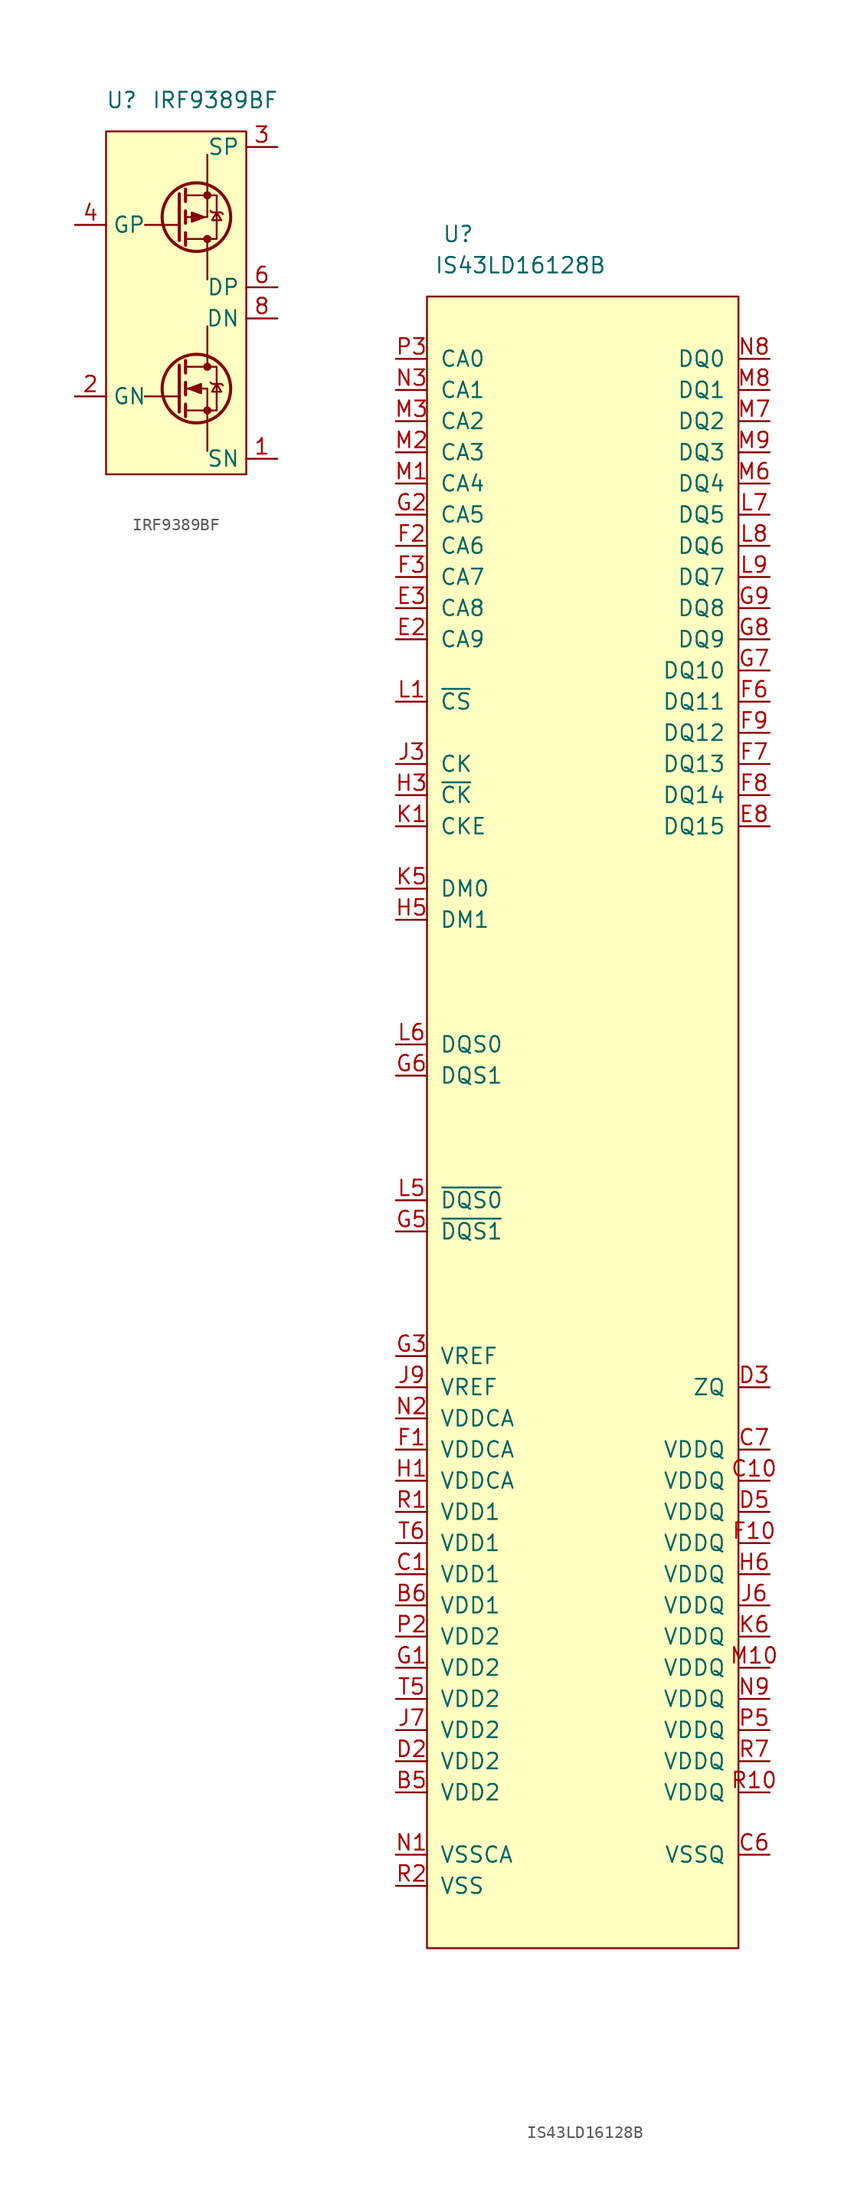
<source format=kicad_sym>
(kicad_symbol_lib
  (version 20220914)
  (generator kicad_symbol_editor)
  (symbol "IRF9389BF"
    (property "Reference" "U"
      (at 1.27 1.27 0)
      (effects (font (size 1.27 1.27))))
    (property "Value" "IRF9389BF"
      (at 8.89 1.27 0)
      (effects (font (size 1.27 1.27))))
    (symbol "IRF9389BF_0_1"
      (rectangle (start 0 -1.27) (end 11.43 -29.21) (stroke (width 0) (type default)) (fill (type background)))
      (polyline (pts (xy 3.15 -22.86) (xy 5.817 -22.86)) (stroke (width 0) (type default)) (fill (type none)))
      (polyline (pts (xy 3.175 -8.89) (xy 5.842 -8.89)) (stroke (width 0) (type default)) (fill (type none)))
      (polyline (pts (xy 5.969 -20.32) (xy 5.969 -24.13)) (stroke (width 0.254) (type default)) (fill (type none)))
      (polyline (pts (xy 5.969 -10.16) (xy 5.969 -6.35)) (stroke (width 0.254) (type default)) (fill (type none)))
      (polyline (pts (xy 6.477 -23.495) (xy 6.477 -24.511)) (stroke (width 0.254) (type default)) (fill (type none)))
      (polyline (pts (xy 6.477 -21.717) (xy 6.477 -22.733)) (stroke (width 0.254) (type default)) (fill (type none)))
      (polyline (pts (xy 6.477 -19.939) (xy 6.477 -20.955)) (stroke (width 0.254) (type default)) (fill (type none)))
      (polyline (pts (xy 6.477 -10.541) (xy 6.477 -9.525)) (stroke (width 0.254) (type default)) (fill (type none)))
      (polyline (pts (xy 6.477 -8.763) (xy 6.477 -7.747)) (stroke (width 0.254) (type default)) (fill (type none)))
      (polyline (pts (xy 6.477 -6.985) (xy 6.477 -5.969)) (stroke (width 0.254) (type default)) (fill (type none)))
      (polyline (pts (xy 8.255 -24.765) (xy 8.255 -27.305)) (stroke (width 0) (type default)) (fill (type none)))
      (polyline (pts (xy 8.255 -19.685) (xy 8.255 -20.447)) (stroke (width 0) (type default)) (fill (type none)))
      (polyline (pts (xy 8.255 -19.685) (xy 8.255 -17.145)) (stroke (width 0) (type default)) (fill (type none)))
      (polyline (pts (xy 8.255 -10.795) (xy 8.255 -13.335)) (stroke (width 0) (type default)) (fill (type none)))
      (polyline (pts (xy 8.255 -10.795) (xy 8.255 -10.033)) (stroke (width 0) (type default)) (fill (type none)))
      (polyline (pts (xy 8.255 -5.715) (xy 8.255 -3.175)) (stroke (width 0) (type default)) (fill (type none)))
      (polyline (pts (xy 8.255 -24.765) (xy 8.255 -22.225) (xy 6.477 -22.225)) (stroke (width 0) (type default)) (fill (type none)))
      (polyline (pts (xy 8.255 -5.715) (xy 8.255 -8.255) (xy 6.477 -8.255)) (stroke (width 0) (type default)) (fill (type none)))
      (polyline (pts (xy 6.477 -24.003) (xy 9.017 -24.003) (xy 9.017 -20.447) (xy 6.477 -20.447)) (stroke (width 0) (type default)) (fill (type none)))
      (polyline (pts (xy 6.477 -10.033) (xy 9.017 -10.033) (xy 9.017 -6.477) (xy 6.477 -6.477)) (stroke (width 0) (type default)) (fill (type none)))
      (polyline (pts (xy 6.731 -22.225) (xy 7.747 -21.844) (xy 7.747 -22.606) (xy 6.731 -22.225)) (stroke (width 0) (type default)) (fill (type outline)))
      (polyline (pts (xy 8.001 -8.255) (xy 6.985 -8.636) (xy 6.985 -7.874) (xy 8.001 -8.255)) (stroke (width 0) (type default)) (fill (type outline)))
      (polyline (pts (xy 8.509 -21.717) (xy 8.636 -21.844) (xy 9.398 -21.844) (xy 9.525 -21.971)) (stroke (width 0) (type default)) (fill (type none)))
      (polyline (pts (xy 8.509 -7.747) (xy 8.636 -7.874) (xy 9.398 -7.874) (xy 9.525 -8.001)) (stroke (width 0) (type default)) (fill (type none)))
      (polyline (pts (xy 9.017 -21.844) (xy 8.636 -22.479) (xy 9.398 -22.479) (xy 9.017 -21.844)) (stroke (width 0) (type default)) (fill (type none)))
      (polyline (pts (xy 9.017 -7.874) (xy 8.636 -8.509) (xy 9.398 -8.509) (xy 9.017 -7.874)) (stroke (width 0) (type default)) (fill (type none)))
      (circle (center 7.366 -22.225) (radius 2.794) (stroke (width 0.254) (type default)) (fill (type none)))
      (circle (center 7.366 -8.255) (radius 2.794) (stroke (width 0.254) (type default)) (fill (type none)))
      (circle (center 8.255 -24.003) (radius 0.254) (stroke (width 0) (type default)) (fill (type outline)))
      (circle (center 8.255 -20.447) (radius 0.254) (stroke (width 0) (type default)) (fill (type outline)))
      (circle (center 8.255 -10.033) (radius 0.254) (stroke (width 0) (type default)) (fill (type outline)))
      (circle (center 8.255 -6.477) (radius 0.254) (stroke (width 0) (type default)) (fill (type outline))))
    (symbol "IRF9389BF_1_1"
      (pin bidirectional line (at 13.97 -27.94 180) (length 2.54) (name "SN" (effects (font (size 1.27 1.27)))) (number "1" (effects (font (size 1.27 1.27)))))
      (pin input line (at -2.54 -22.86 0) (length 2.54) (name "GN" (effects (font (size 1.27 1.27)))) (number "2" (effects (font (size 1.27 1.27)))))
      (pin bidirectional line (at 13.97 -2.54 180) (length 2.54) (name "SP" (effects (font (size 1.27 1.27)))) (number "3" (effects (font (size 1.27 1.27)))))
      (pin input line (at -2.54 -8.89 0) (length 2.54) (name "GP" (effects (font (size 1.27 1.27)))) (number "4" (effects (font (size 1.27 1.27)))))
      (pin bidirectional line (at 13.97 -13.97 180) (length 2.54) hide (name "DP" (effects (font (size 1.27 1.27)))) (number "5" (effects (font (size 1.27 1.27)))))
      (pin bidirectional line (at 13.97 -13.97 180) (length 2.54) (name "DP" (effects (font (size 1.27 1.27)))) (number "6" (effects (font (size 1.27 1.27)))))
      (pin bidirectional line (at 13.97 -16.51 180) (length 2.54) hide (name "DN" (effects (font (size 1.27 1.27)))) (number "7" (effects (font (size 1.27 1.27)))))
      (pin bidirectional line (at 13.97 -16.51 180) (length 2.54) (name "DN" (effects (font (size 1.27 1.27)))) (number "8" (effects (font (size 1.27 1.27)))))))
  (symbol "IS43LD16128B"
    (pin_names
      (offset 1.016))
    (property "Reference" "U"
      (at -10.16 25.4 0)
      (effects (font (size 1.27 1.27))))
    (property "Value" "IS43LD16128B"
      (at -5.08 22.86 0)
      (effects (font (size 1.27 1.27))))
    (symbol "IS43LD16128B_0_1"
      (rectangle (start -12.7 20.32) (end 12.7 -114.3) (stroke (width 0) (type default)) (fill (type background))))
    (symbol "IS43LD16128B_1_1"
      (pin power_in line (at -15.24 -101.6 0) (length 2.54) (name "VDD2" (effects (font (size 1.27 1.27)))) (number "B5" (effects (font (size 1.27 1.27)))))
      (pin power_in line (at -15.24 -86.36 0) (length 2.54) (name "VDD1" (effects (font (size 1.27 1.27)))) (number "B6" (effects (font (size 1.27 1.27)))))
      (pin power_in line (at -15.24 -83.82 0) (length 2.54) (name "VDD1" (effects (font (size 1.27 1.27)))) (number "C1" (effects (font (size 1.27 1.27)))))
      (pin power_in line (at 15.24 -76.2 180) (length 2.54) (name "VDDQ" (effects (font (size 1.27 1.27)))) (number "C10" (effects (font (size 1.27 1.27)))))
      (pin power_in line (at -15.24 -109.22 0) (length 2.54) hide (name "VSS" (effects (font (size 1.27 1.27)))) (number "C2" (effects (font (size 1.27 1.27)))))
      (pin power_in line (at -15.24 -109.22 0) (length 2.54) hide (name "VSS" (effects (font (size 1.27 1.27)))) (number "C5" (effects (font (size 1.27 1.27)))))
      (pin power_in line (at 15.24 -106.68 180) (length 2.54) (name "VSSQ" (effects (font (size 1.27 1.27)))) (number "C6" (effects (font (size 1.27 1.27)))))
      (pin power_in line (at 15.24 -73.66 180) (length 2.54) (name "VDDQ" (effects (font (size 1.27 1.27)))) (number "C7" (effects (font (size 1.27 1.27)))))
      (pin power_in line (at 15.24 -106.68 180) (length 2.54) hide (name "VSSQ" (effects (font (size 1.27 1.27)))) (number "C9" (effects (font (size 1.27 1.27)))))
      (pin power_in line (at -15.24 -109.22 0) (length 2.54) hide (name "VSS" (effects (font (size 1.27 1.27)))) (number "D1" (effects (font (size 1.27 1.27)))))
      (pin power_in line (at 15.24 -106.68 180) (length 2.54) hide (name "VSSQ" (effects (font (size 1.27 1.27)))) (number "D10" (effects (font (size 1.27 1.27)))))
      (pin power_in line (at -15.24 -99.06 0) (length 2.54) (name "VDD2" (effects (font (size 1.27 1.27)))) (number "D2" (effects (font (size 1.27 1.27)))))
      (pin power_in line (at 15.24 -68.58 180) (length 2.54) (name "ZQ" (effects (font (size 1.27 1.27)))) (number "D3" (effects (font (size 1.27 1.27)))))
      (pin power_in line (at 15.24 -78.74 180) (length 2.54) (name "VDDQ" (effects (font (size 1.27 1.27)))) (number "D5" (effects (font (size 1.27 1.27)))))
      (pin power_in line (at -15.24 -106.68 0) (length 2.54) hide (name "VSSCA" (effects (font (size 1.27 1.27)))) (number "E1" (effects (font (size 1.27 1.27)))))
      (pin input line (at -15.24 -7.62 0) (length 2.54) (name "CA9" (effects (font (size 1.27 1.27)))) (number "E2" (effects (font (size 1.27 1.27)))))
      (pin input line (at -15.24 -5.08 0) (length 2.54) (name "CA8" (effects (font (size 1.27 1.27)))) (number "E3" (effects (font (size 1.27 1.27)))))
      (pin bidirectional line (at 15.24 -22.86 180) (length 2.54) (name "DQ15" (effects (font (size 1.27 1.27)))) (number "E8" (effects (font (size 1.27 1.27)))))
      (pin power_in line (at -15.24 -73.66 0) (length 2.54) (name "VDDCA" (effects (font (size 1.27 1.27)))) (number "F1" (effects (font (size 1.27 1.27)))))
      (pin power_in line (at 15.24 -81.28 180) (length 2.54) (name "VDDQ" (effects (font (size 1.27 1.27)))) (number "F10" (effects (font (size 1.27 1.27)))))
      (pin input line (at -15.24 0 0) (length 2.54) (name "CA6" (effects (font (size 1.27 1.27)))) (number "F2" (effects (font (size 1.27 1.27)))))
      (pin input line (at -15.24 -2.54 0) (length 2.54) (name "CA7" (effects (font (size 1.27 1.27)))) (number "F3" (effects (font (size 1.27 1.27)))))
      (pin power_in line (at 15.24 -106.68 180) (length 2.54) hide (name "VSSQ" (effects (font (size 1.27 1.27)))) (number "F5" (effects (font (size 1.27 1.27)))))
      (pin bidirectional line (at 15.24 -12.7 180) (length 2.54) (name "DQ11" (effects (font (size 1.27 1.27)))) (number "F6" (effects (font (size 1.27 1.27)))))
      (pin bidirectional line (at 15.24 -17.78 180) (length 2.54) (name "DQ13" (effects (font (size 1.27 1.27)))) (number "F7" (effects (font (size 1.27 1.27)))))
      (pin bidirectional line (at 15.24 -20.32 180) (length 2.54) (name "DQ14" (effects (font (size 1.27 1.27)))) (number "F8" (effects (font (size 1.27 1.27)))))
      (pin bidirectional line (at 15.24 -15.24 180) (length 2.54) (name "DQ12" (effects (font (size 1.27 1.27)))) (number "F9" (effects (font (size 1.27 1.27)))))
      (pin power_in line (at -15.24 -91.44 0) (length 2.54) (name "VDD2" (effects (font (size 1.27 1.27)))) (number "G1" (effects (font (size 1.27 1.27)))))
      (pin power_in line (at 15.24 -106.68 180) (length 2.54) hide (name "VSSQ" (effects (font (size 1.27 1.27)))) (number "G10" (effects (font (size 1.27 1.27)))))
      (pin input line (at -15.24 2.54 0) (length 2.54) (name "CA5" (effects (font (size 1.27 1.27)))) (number "G2" (effects (font (size 1.27 1.27)))))
      (pin power_in line (at -15.24 -66.04 0) (length 2.54) (name "VREF" (effects (font (size 1.27 1.27)))) (number "G3" (effects (font (size 1.27 1.27)))))
      (pin input line (at -15.24 -55.88 0) (length 2.54) (name "~{DQS1}" (effects (font (size 1.27 1.27)))) (number "G5" (effects (font (size 1.27 1.27)))))
      (pin input line (at -15.24 -43.18 0) (length 2.54) (name "DQS1" (effects (font (size 1.27 1.27)))) (number "G6" (effects (font (size 1.27 1.27)))))
      (pin bidirectional line (at 15.24 -10.16 180) (length 2.54) (name "DQ10" (effects (font (size 1.27 1.27)))) (number "G7" (effects (font (size 1.27 1.27)))))
      (pin bidirectional line (at 15.24 -7.62 180) (length 2.54) (name "DQ9" (effects (font (size 1.27 1.27)))) (number "G8" (effects (font (size 1.27 1.27)))))
      (pin bidirectional line (at 15.24 -5.08 180) (length 2.54) (name "DQ8" (effects (font (size 1.27 1.27)))) (number "G9" (effects (font (size 1.27 1.27)))))
      (pin power_in line (at -15.24 -76.2 0) (length 2.54) (name "VDDCA" (effects (font (size 1.27 1.27)))) (number "H1" (effects (font (size 1.27 1.27)))))
      (pin power_in line (at -15.24 -109.22 0) (length 2.54) hide (name "VSS" (effects (font (size 1.27 1.27)))) (number "H2" (effects (font (size 1.27 1.27)))))
      (pin input line (at -15.24 -20.32 0) (length 2.54) (name "~{CK}" (effects (font (size 1.27 1.27)))) (number "H3" (effects (font (size 1.27 1.27)))))
      (pin input line (at -15.24 -30.48 0) (length 2.54) (name "DM1" (effects (font (size 1.27 1.27)))) (number "H5" (effects (font (size 1.27 1.27)))))
      (pin power_in line (at 15.24 -83.82 180) (length 2.54) (name "VDDQ" (effects (font (size 1.27 1.27)))) (number "H6" (effects (font (size 1.27 1.27)))))
      (pin power_in line (at -15.24 -106.68 0) (length 2.54) hide (name "VSSCA" (effects (font (size 1.27 1.27)))) (number "J1" (effects (font (size 1.27 1.27)))))
      (pin input line (at -15.24 -17.78 0) (length 2.54) (name "CK" (effects (font (size 1.27 1.27)))) (number "J3" (effects (font (size 1.27 1.27)))))
      (pin power_in line (at 15.24 -106.68 180) (length 2.54) hide (name "VSSQ" (effects (font (size 1.27 1.27)))) (number "J5" (effects (font (size 1.27 1.27)))))
      (pin power_in line (at 15.24 -86.36 180) (length 2.54) (name "VDDQ" (effects (font (size 1.27 1.27)))) (number "J6" (effects (font (size 1.27 1.27)))))
      (pin power_in line (at -15.24 -96.52 0) (length 2.54) (name "VDD2" (effects (font (size 1.27 1.27)))) (number "J7" (effects (font (size 1.27 1.27)))))
      (pin power_in line (at -15.24 -109.22 0) (length 2.54) hide (name "VSS" (effects (font (size 1.27 1.27)))) (number "J8" (effects (font (size 1.27 1.27)))))
      (pin power_in line (at -15.24 -68.58 0) (length 2.54) (name "VREF" (effects (font (size 1.27 1.27)))) (number "J9" (effects (font (size 1.27 1.27)))))
      (pin input line (at -15.24 -22.86 0) (length 2.54) (name "CKE" (effects (font (size 1.27 1.27)))) (number "K1" (effects (font (size 1.27 1.27)))))
      (pin input line (at -15.24 -27.94 0) (length 2.54) (name "DM0" (effects (font (size 1.27 1.27)))) (number "K5" (effects (font (size 1.27 1.27)))))
      (pin power_in line (at 15.24 -88.9 180) (length 2.54) (name "VDDQ" (effects (font (size 1.27 1.27)))) (number "K6" (effects (font (size 1.27 1.27)))))
      (pin input line (at -15.24 -12.7 0) (length 2.54) (name "~{CS}" (effects (font (size 1.27 1.27)))) (number "L1" (effects (font (size 1.27 1.27)))))
      (pin power_in line (at 15.24 -106.68 180) (length 2.54) hide (name "VSSQ" (effects (font (size 1.27 1.27)))) (number "L10" (effects (font (size 1.27 1.27)))))
      (pin input line (at -15.24 -53.34 0) (length 2.54) (name "~{DQS0}" (effects (font (size 1.27 1.27)))) (number "L5" (effects (font (size 1.27 1.27)))))
      (pin input line (at -15.24 -40.64 0) (length 2.54) (name "DQS0" (effects (font (size 1.27 1.27)))) (number "L6" (effects (font (size 1.27 1.27)))))
      (pin bidirectional line (at 15.24 2.54 180) (length 2.54) (name "DQ5" (effects (font (size 1.27 1.27)))) (number "L7" (effects (font (size 1.27 1.27)))))
      (pin bidirectional line (at 15.24 0 180) (length 2.54) (name "DQ6" (effects (font (size 1.27 1.27)))) (number "L8" (effects (font (size 1.27 1.27)))))
      (pin bidirectional line (at 15.24 -2.54 180) (length 2.54) (name "DQ7" (effects (font (size 1.27 1.27)))) (number "L9" (effects (font (size 1.27 1.27)))))
      (pin input line (at -15.24 5.08 0) (length 2.54) (name "CA4" (effects (font (size 1.27 1.27)))) (number "M1" (effects (font (size 1.27 1.27)))))
      (pin power_in line (at 15.24 -91.44 180) (length 2.54) (name "VDDQ" (effects (font (size 1.27 1.27)))) (number "M10" (effects (font (size 1.27 1.27)))))
      (pin input line (at -15.24 7.62 0) (length 2.54) (name "CA3" (effects (font (size 1.27 1.27)))) (number "M2" (effects (font (size 1.27 1.27)))))
      (pin input line (at -15.24 10.16 0) (length 2.54) (name "CA2" (effects (font (size 1.27 1.27)))) (number "M3" (effects (font (size 1.27 1.27)))))
      (pin power_in line (at 15.24 -106.68 180) (length 2.54) hide (name "VSSQ" (effects (font (size 1.27 1.27)))) (number "M5" (effects (font (size 1.27 1.27)))))
      (pin bidirectional line (at 15.24 5.08 180) (length 2.54) (name "DQ4" (effects (font (size 1.27 1.27)))) (number "M6" (effects (font (size 1.27 1.27)))))
      (pin bidirectional line (at 15.24 10.16 180) (length 2.54) (name "DQ2" (effects (font (size 1.27 1.27)))) (number "M7" (effects (font (size 1.27 1.27)))))
      (pin bidirectional line (at 15.24 12.7 180) (length 2.54) (name "DQ1" (effects (font (size 1.27 1.27)))) (number "M8" (effects (font (size 1.27 1.27)))))
      (pin bidirectional line (at 15.24 7.62 180) (length 2.54) (name "DQ3" (effects (font (size 1.27 1.27)))) (number "M9" (effects (font (size 1.27 1.27)))))
      (pin power_in line (at -15.24 -106.68 0) (length 2.54) (name "VSSCA" (effects (font (size 1.27 1.27)))) (number "N1" (effects (font (size 1.27 1.27)))))
      (pin power_in line (at 15.24 -106.68 180) (length 2.54) hide (name "VSSQ" (effects (font (size 1.27 1.27)))) (number "N10" (effects (font (size 1.27 1.27)))))
      (pin power_in line (at -15.24 -71.12 0) (length 2.54) (name "VDDCA" (effects (font (size 1.27 1.27)))) (number "N2" (effects (font (size 1.27 1.27)))))
      (pin input line (at -15.24 12.7 0) (length 2.54) (name "CA1" (effects (font (size 1.27 1.27)))) (number "N3" (effects (font (size 1.27 1.27)))))
      (pin bidirectional line (at 15.24 15.24 180) (length 2.54) (name "DQ0" (effects (font (size 1.27 1.27)))) (number "N8" (effects (font (size 1.27 1.27)))))
      (pin power_in line (at 15.24 -93.98 180) (length 2.54) (name "VDDQ" (effects (font (size 1.27 1.27)))) (number "N9" (effects (font (size 1.27 1.27)))))
      (pin power_in line (at -15.24 -109.22 0) (length 2.54) hide (name "VSS" (effects (font (size 1.27 1.27)))) (number "P1" (effects (font (size 1.27 1.27)))))
      (pin power_in line (at 15.24 -106.68 180) (length 2.54) hide (name "VSSQ" (effects (font (size 1.27 1.27)))) (number "P10" (effects (font (size 1.27 1.27)))))
      (pin power_in line (at -15.24 -88.9 0) (length 2.54) (name "VDD2" (effects (font (size 1.27 1.27)))) (number "P2" (effects (font (size 1.27 1.27)))))
      (pin input line (at -15.24 15.24 0) (length 2.54) (name "CA0" (effects (font (size 1.27 1.27)))) (number "P3" (effects (font (size 1.27 1.27)))))
      (pin power_in line (at 15.24 -96.52 180) (length 2.54) (name "VDDQ" (effects (font (size 1.27 1.27)))) (number "P5" (effects (font (size 1.27 1.27)))))
      (pin power_in line (at -15.24 -78.74 0) (length 2.54) (name "VDD1" (effects (font (size 1.27 1.27)))) (number "R1" (effects (font (size 1.27 1.27)))))
      (pin power_in line (at 15.24 -101.6 180) (length 2.54) (name "VDDQ" (effects (font (size 1.27 1.27)))) (number "R10" (effects (font (size 1.27 1.27)))))
      (pin power_in line (at -15.24 -109.22 0) (length 2.54) (name "VSS" (effects (font (size 1.27 1.27)))) (number "R2" (effects (font (size 1.27 1.27)))))
      (pin power_in line (at -15.24 -109.22 0) (length 2.54) hide (name "VSS" (effects (font (size 1.27 1.27)))) (number "R5" (effects (font (size 1.27 1.27)))))
      (pin power_in line (at 15.24 -106.68 180) (length 2.54) hide (name "VSSQ" (effects (font (size 1.27 1.27)))) (number "R6" (effects (font (size 1.27 1.27)))))
      (pin power_in line (at 15.24 -99.06 180) (length 2.54) (name "VDDQ" (effects (font (size 1.27 1.27)))) (number "R7" (effects (font (size 1.27 1.27)))))
      (pin power_in line (at 15.24 -106.68 180) (length 2.54) hide (name "VSSQ" (effects (font (size 1.27 1.27)))) (number "R9" (effects (font (size 1.27 1.27)))))
      (pin power_in line (at -15.24 -93.98 0) (length 2.54) (name "VDD2" (effects (font (size 1.27 1.27)))) (number "T5" (effects (font (size 1.27 1.27)))))
      (pin power_in line (at -15.24 -81.28 0) (length 2.54) (name "VDD1" (effects (font (size 1.27 1.27)))) (number "T6" (effects (font (size 1.27 1.27))))))))
</source>
